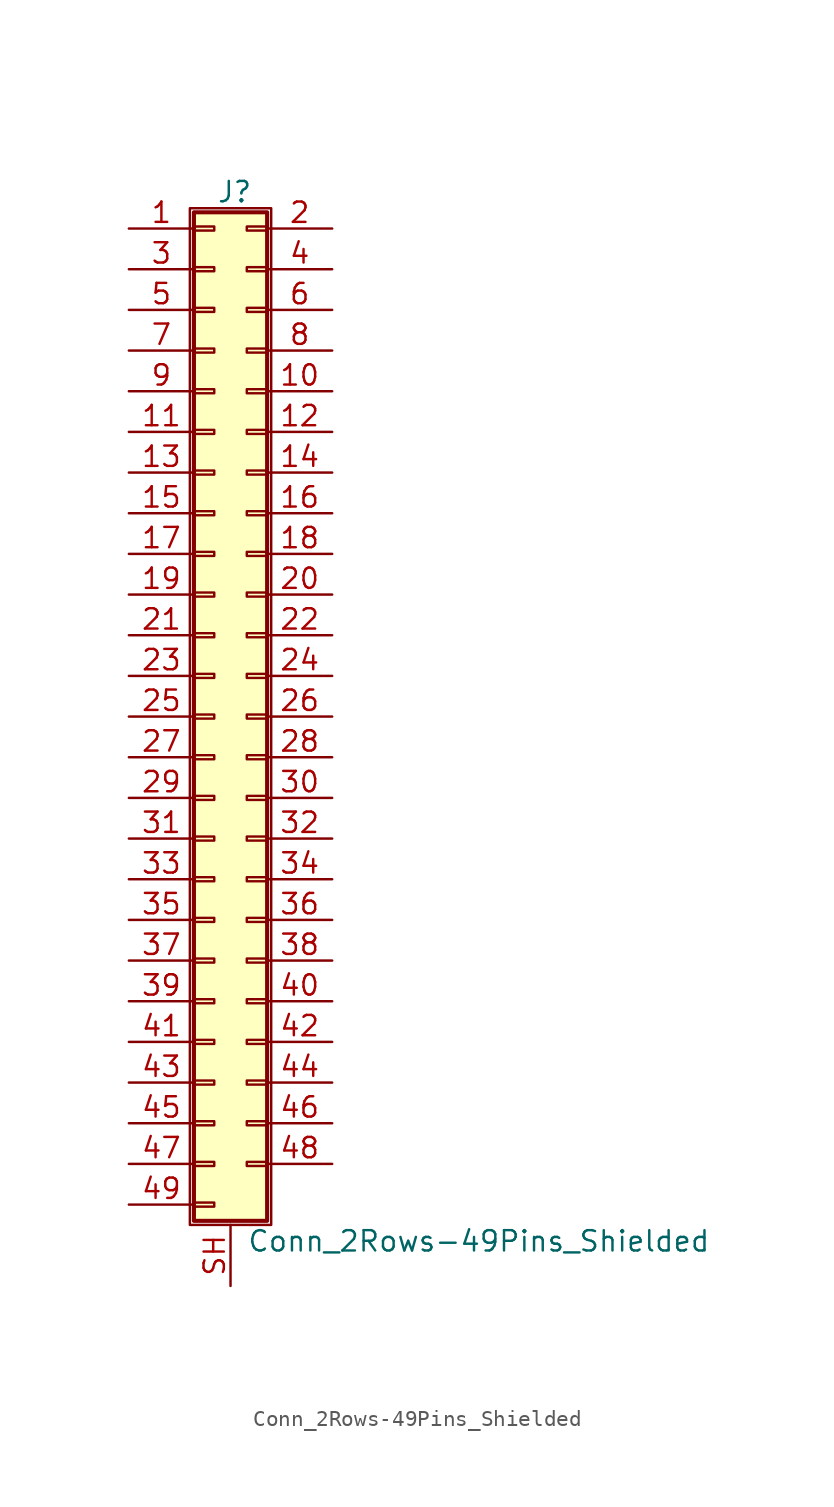
<source format=kicad_sym>
(kicad_symbol_lib
  (version 20220914)
  (generator kicad_symbol_editor)
  (symbol "Conn_2Rows-49Pins_Shielded"
    (pin_names
      (offset 1.016) hide)
    (property "Reference" "J"
      (at 1.524 32.766 0)
      (effects (font (size 1.27 1.27))))
    (property "Value" "Conn_2Rows-49Pins_Shielded"
      (at 2.286 -32.766 0)
      (effects (font (size 1.27 1.27)) (justify left)))
    (symbol "Conn_2Rows-49Pins_Shielded_1_1"
      (rectangle (start -1.27 31.75) (end 3.81 -31.75) (stroke (width 0.152) (type default)) (fill (type none)))
      (rectangle (start -1.016 -30.353) (end 0.254 -30.607) (stroke (width 0.152) (type default)) (fill (type none)))
      (rectangle (start -1.016 -27.813) (end 0.254 -28.067) (stroke (width 0.152) (type default)) (fill (type none)))
      (rectangle (start -1.016 -25.273) (end 0.254 -25.527) (stroke (width 0.152) (type default)) (fill (type none)))
      (rectangle (start -1.016 -22.733) (end 0.254 -22.987) (stroke (width 0.152) (type default)) (fill (type none)))
      (rectangle (start -1.016 -20.193) (end 0.254 -20.447) (stroke (width 0.152) (type default)) (fill (type none)))
      (rectangle (start -1.016 -17.653) (end 0.254 -17.907) (stroke (width 0.152) (type default)) (fill (type none)))
      (rectangle (start -1.016 -15.113) (end 0.254 -15.367) (stroke (width 0.152) (type default)) (fill (type none)))
      (rectangle (start -1.016 -12.573) (end 0.254 -12.827) (stroke (width 0.152) (type default)) (fill (type none)))
      (rectangle (start -1.016 -10.033) (end 0.254 -10.287) (stroke (width 0.152) (type default)) (fill (type none)))
      (rectangle (start -1.016 -7.493) (end 0.254 -7.747) (stroke (width 0.152) (type default)) (fill (type none)))
      (rectangle (start -1.016 -4.953) (end 0.254 -5.207) (stroke (width 0.152) (type default)) (fill (type none)))
      (rectangle (start -1.016 -2.413) (end 0.254 -2.667) (stroke (width 0.152) (type default)) (fill (type none)))
      (rectangle (start -1.016 0.127) (end 0.254 -0.127) (stroke (width 0.152) (type default)) (fill (type none)))
      (rectangle (start -1.016 2.667) (end 0.254 2.413) (stroke (width 0.152) (type default)) (fill (type none)))
      (rectangle (start -1.016 5.207) (end 0.254 4.953) (stroke (width 0.152) (type default)) (fill (type none)))
      (rectangle (start -1.016 7.747) (end 0.254 7.493) (stroke (width 0.152) (type default)) (fill (type none)))
      (rectangle (start -1.016 10.287) (end 0.254 10.033) (stroke (width 0.152) (type default)) (fill (type none)))
      (rectangle (start -1.016 12.827) (end 0.254 12.573) (stroke (width 0.152) (type default)) (fill (type none)))
      (rectangle (start -1.016 15.367) (end 0.254 15.113) (stroke (width 0.152) (type default)) (fill (type none)))
      (rectangle (start -1.016 17.907) (end 0.254 17.653) (stroke (width 0.152) (type default)) (fill (type none)))
      (rectangle (start -1.016 20.447) (end 0.254 20.193) (stroke (width 0.152) (type default)) (fill (type none)))
      (rectangle (start -1.016 22.987) (end 0.254 22.733) (stroke (width 0.152) (type default)) (fill (type none)))
      (rectangle (start -1.016 25.527) (end 0.254 25.273) (stroke (width 0.152) (type default)) (fill (type none)))
      (rectangle (start -1.016 28.067) (end 0.254 27.813) (stroke (width 0.152) (type default)) (fill (type none)))
      (rectangle (start -1.016 30.607) (end 0.254 30.353) (stroke (width 0.152) (type default)) (fill (type none)))
      (rectangle (start -1.016 31.496) (end 3.556 -31.496) (stroke (width 0.254) (type default)) (fill (type background)))
      (rectangle (start 3.556 -27.813) (end 2.286 -28.067) (stroke (width 0.152) (type default)) (fill (type none)))
      (rectangle (start 3.556 -25.273) (end 2.286 -25.527) (stroke (width 0.152) (type default)) (fill (type none)))
      (rectangle (start 3.556 -22.733) (end 2.286 -22.987) (stroke (width 0.152) (type default)) (fill (type none)))
      (rectangle (start 3.556 -20.193) (end 2.286 -20.447) (stroke (width 0.152) (type default)) (fill (type none)))
      (rectangle (start 3.556 -17.653) (end 2.286 -17.907) (stroke (width 0.152) (type default)) (fill (type none)))
      (rectangle (start 3.556 -15.113) (end 2.286 -15.367) (stroke (width 0.152) (type default)) (fill (type none)))
      (rectangle (start 3.556 -12.573) (end 2.286 -12.827) (stroke (width 0.152) (type default)) (fill (type none)))
      (rectangle (start 3.556 -10.033) (end 2.286 -10.287) (stroke (width 0.152) (type default)) (fill (type none)))
      (rectangle (start 3.556 -7.493) (end 2.286 -7.747) (stroke (width 0.152) (type default)) (fill (type none)))
      (rectangle (start 3.556 -4.953) (end 2.286 -5.207) (stroke (width 0.152) (type default)) (fill (type none)))
      (rectangle (start 3.556 -2.413) (end 2.286 -2.667) (stroke (width 0.152) (type default)) (fill (type none)))
      (rectangle (start 3.556 0.127) (end 2.286 -0.127) (stroke (width 0.152) (type default)) (fill (type none)))
      (rectangle (start 3.556 2.667) (end 2.286 2.413) (stroke (width 0.152) (type default)) (fill (type none)))
      (rectangle (start 3.556 5.207) (end 2.286 4.953) (stroke (width 0.152) (type default)) (fill (type none)))
      (rectangle (start 3.556 7.747) (end 2.286 7.493) (stroke (width 0.152) (type default)) (fill (type none)))
      (rectangle (start 3.556 10.287) (end 2.286 10.033) (stroke (width 0.152) (type default)) (fill (type none)))
      (rectangle (start 3.556 12.827) (end 2.286 12.573) (stroke (width 0.152) (type default)) (fill (type none)))
      (rectangle (start 3.556 15.367) (end 2.286 15.113) (stroke (width 0.152) (type default)) (fill (type none)))
      (rectangle (start 3.556 17.907) (end 2.286 17.653) (stroke (width 0.152) (type default)) (fill (type none)))
      (rectangle (start 3.556 20.447) (end 2.286 20.193) (stroke (width 0.152) (type default)) (fill (type none)))
      (rectangle (start 3.556 22.987) (end 2.286 22.733) (stroke (width 0.152) (type default)) (fill (type none)))
      (rectangle (start 3.556 25.527) (end 2.286 25.273) (stroke (width 0.152) (type default)) (fill (type none)))
      (rectangle (start 3.556 28.067) (end 2.286 27.813) (stroke (width 0.152) (type default)) (fill (type none)))
      (rectangle (start 3.556 30.607) (end 2.286 30.353) (stroke (width 0.152) (type default)) (fill (type none)))
      (pin passive line (at -5.08 30.48 0) (length 4.064) (name "Pin_1" (effects (font (size 1.27 1.27)))) (number "1" (effects (font (size 1.27 1.27)))))
      (pin passive line (at 7.62 20.32 180) (length 4.064) (name "Pin_10" (effects (font (size 1.27 1.27)))) (number "10" (effects (font (size 1.27 1.27)))))
      (pin passive line (at -5.08 17.78 0) (length 4.064) (name "Pin_11" (effects (font (size 1.27 1.27)))) (number "11" (effects (font (size 1.27 1.27)))))
      (pin passive line (at 7.62 17.78 180) (length 4.064) (name "Pin_12" (effects (font (size 1.27 1.27)))) (number "12" (effects (font (size 1.27 1.27)))))
      (pin passive line (at -5.08 15.24 0) (length 4.064) (name "Pin_13" (effects (font (size 1.27 1.27)))) (number "13" (effects (font (size 1.27 1.27)))))
      (pin passive line (at 7.62 15.24 180) (length 4.064) (name "Pin_14" (effects (font (size 1.27 1.27)))) (number "14" (effects (font (size 1.27 1.27)))))
      (pin passive line (at -5.08 12.7 0) (length 4.064) (name "Pin_15" (effects (font (size 1.27 1.27)))) (number "15" (effects (font (size 1.27 1.27)))))
      (pin passive line (at 7.62 12.7 180) (length 4.064) (name "Pin_16" (effects (font (size 1.27 1.27)))) (number "16" (effects (font (size 1.27 1.27)))))
      (pin passive line (at -5.08 10.16 0) (length 4.064) (name "Pin_17" (effects (font (size 1.27 1.27)))) (number "17" (effects (font (size 1.27 1.27)))))
      (pin passive line (at 7.62 10.16 180) (length 4.064) (name "Pin_18" (effects (font (size 1.27 1.27)))) (number "18" (effects (font (size 1.27 1.27)))))
      (pin passive line (at -5.08 7.62 0) (length 4.064) (name "Pin_19" (effects (font (size 1.27 1.27)))) (number "19" (effects (font (size 1.27 1.27)))))
      (pin passive line (at 7.62 30.48 180) (length 4.064) (name "Pin_2" (effects (font (size 1.27 1.27)))) (number "2" (effects (font (size 1.27 1.27)))))
      (pin passive line (at 7.62 7.62 180) (length 4.064) (name "Pin_20" (effects (font (size 1.27 1.27)))) (number "20" (effects (font (size 1.27 1.27)))))
      (pin passive line (at -5.08 5.08 0) (length 4.064) (name "Pin_21" (effects (font (size 1.27 1.27)))) (number "21" (effects (font (size 1.27 1.27)))))
      (pin passive line (at 7.62 5.08 180) (length 4.064) (name "Pin_22" (effects (font (size 1.27 1.27)))) (number "22" (effects (font (size 1.27 1.27)))))
      (pin passive line (at -5.08 2.54 0) (length 4.064) (name "Pin_23" (effects (font (size 1.27 1.27)))) (number "23" (effects (font (size 1.27 1.27)))))
      (pin passive line (at 7.62 2.54 180) (length 4.064) (name "Pin_24" (effects (font (size 1.27 1.27)))) (number "24" (effects (font (size 1.27 1.27)))))
      (pin passive line (at -5.08 0 0) (length 4.064) (name "Pin_25" (effects (font (size 1.27 1.27)))) (number "25" (effects (font (size 1.27 1.27)))))
      (pin passive line (at 7.62 0 180) (length 4.064) (name "Pin_26" (effects (font (size 1.27 1.27)))) (number "26" (effects (font (size 1.27 1.27)))))
      (pin passive line (at -5.08 -2.54 0) (length 4.064) (name "Pin_27" (effects (font (size 1.27 1.27)))) (number "27" (effects (font (size 1.27 1.27)))))
      (pin passive line (at 7.62 -2.54 180) (length 4.064) (name "Pin_28" (effects (font (size 1.27 1.27)))) (number "28" (effects (font (size 1.27 1.27)))))
      (pin passive line (at -5.08 -5.08 0) (length 4.064) (name "Pin_29" (effects (font (size 1.27 1.27)))) (number "29" (effects (font (size 1.27 1.27)))))
      (pin passive line (at -5.08 27.94 0) (length 4.064) (name "Pin_3" (effects (font (size 1.27 1.27)))) (number "3" (effects (font (size 1.27 1.27)))))
      (pin passive line (at 7.62 -5.08 180) (length 4.064) (name "Pin_30" (effects (font (size 1.27 1.27)))) (number "30" (effects (font (size 1.27 1.27)))))
      (pin passive line (at -5.08 -7.62 0) (length 4.064) (name "Pin_31" (effects (font (size 1.27 1.27)))) (number "31" (effects (font (size 1.27 1.27)))))
      (pin passive line (at 7.62 -7.62 180) (length 4.064) (name "Pin_32" (effects (font (size 1.27 1.27)))) (number "32" (effects (font (size 1.27 1.27)))))
      (pin passive line (at -5.08 -10.16 0) (length 4.064) (name "Pin_33" (effects (font (size 1.27 1.27)))) (number "33" (effects (font (size 1.27 1.27)))))
      (pin passive line (at 7.62 -10.16 180) (length 4.064) (name "Pin_34" (effects (font (size 1.27 1.27)))) (number "34" (effects (font (size 1.27 1.27)))))
      (pin passive line (at -5.08 -12.7 0) (length 4.064) (name "Pin_35" (effects (font (size 1.27 1.27)))) (number "35" (effects (font (size 1.27 1.27)))))
      (pin passive line (at 7.62 -12.7 180) (length 4.064) (name "Pin_36" (effects (font (size 1.27 1.27)))) (number "36" (effects (font (size 1.27 1.27)))))
      (pin passive line (at -5.08 -15.24 0) (length 4.064) (name "Pin_37" (effects (font (size 1.27 1.27)))) (number "37" (effects (font (size 1.27 1.27)))))
      (pin passive line (at 7.62 -15.24 180) (length 4.064) (name "Pin_38" (effects (font (size 1.27 1.27)))) (number "38" (effects (font (size 1.27 1.27)))))
      (pin passive line (at -5.08 -17.78 0) (length 4.064) (name "Pin_39" (effects (font (size 1.27 1.27)))) (number "39" (effects (font (size 1.27 1.27)))))
      (pin passive line (at 7.62 27.94 180) (length 4.064) (name "Pin_4" (effects (font (size 1.27 1.27)))) (number "4" (effects (font (size 1.27 1.27)))))
      (pin passive line (at 7.62 -17.78 180) (length 4.064) (name "Pin_40" (effects (font (size 1.27 1.27)))) (number "40" (effects (font (size 1.27 1.27)))))
      (pin passive line (at -5.08 -20.32 0) (length 4.064) (name "Pin_41" (effects (font (size 1.27 1.27)))) (number "41" (effects (font (size 1.27 1.27)))))
      (pin passive line (at 7.62 -20.32 180) (length 4.064) (name "Pin_42" (effects (font (size 1.27 1.27)))) (number "42" (effects (font (size 1.27 1.27)))))
      (pin passive line (at -5.08 -22.86 0) (length 4.064) (name "Pin_43" (effects (font (size 1.27 1.27)))) (number "43" (effects (font (size 1.27 1.27)))))
      (pin passive line (at 7.62 -22.86 180) (length 4.064) (name "Pin_44" (effects (font (size 1.27 1.27)))) (number "44" (effects (font (size 1.27 1.27)))))
      (pin passive line (at -5.08 -25.4 0) (length 4.064) (name "Pin_45" (effects (font (size 1.27 1.27)))) (number "45" (effects (font (size 1.27 1.27)))))
      (pin passive line (at 7.62 -25.4 180) (length 4.064) (name "Pin_46" (effects (font (size 1.27 1.27)))) (number "46" (effects (font (size 1.27 1.27)))))
      (pin passive line (at -5.08 -27.94 0) (length 4.064) (name "Pin_47" (effects (font (size 1.27 1.27)))) (number "47" (effects (font (size 1.27 1.27)))))
      (pin passive line (at 7.62 -27.94 180) (length 4.064) (name "Pin_48" (effects (font (size 1.27 1.27)))) (number "48" (effects (font (size 1.27 1.27)))))
      (pin passive line (at -5.08 -30.48 0) (length 4.064) (name "Pin_49" (effects (font (size 1.27 1.27)))) (number "49" (effects (font (size 1.27 1.27)))))
      (pin passive line (at -5.08 25.4 0) (length 4.064) (name "Pin_5" (effects (font (size 1.27 1.27)))) (number "5" (effects (font (size 1.27 1.27)))))
      (pin passive line (at 7.62 25.4 180) (length 4.064) (name "Pin_6" (effects (font (size 1.27 1.27)))) (number "6" (effects (font (size 1.27 1.27)))))
      (pin passive line (at -5.08 22.86 0) (length 4.064) (name "Pin_7" (effects (font (size 1.27 1.27)))) (number "7" (effects (font (size 1.27 1.27)))))
      (pin passive line (at 7.62 22.86 180) (length 4.064) (name "Pin_8" (effects (font (size 1.27 1.27)))) (number "8" (effects (font (size 1.27 1.27)))))
      (pin passive line (at -5.08 20.32 0) (length 4.064) (name "Pin_9" (effects (font (size 1.27 1.27)))) (number "9" (effects (font (size 1.27 1.27)))))
      (pin passive line (at 1.27 -35.56 90) (length 3.81) (name "Shield" (effects (font (size 1.27 1.27)))) (number "SH" (effects (font (size 1.27 1.27))))))))
</source>
